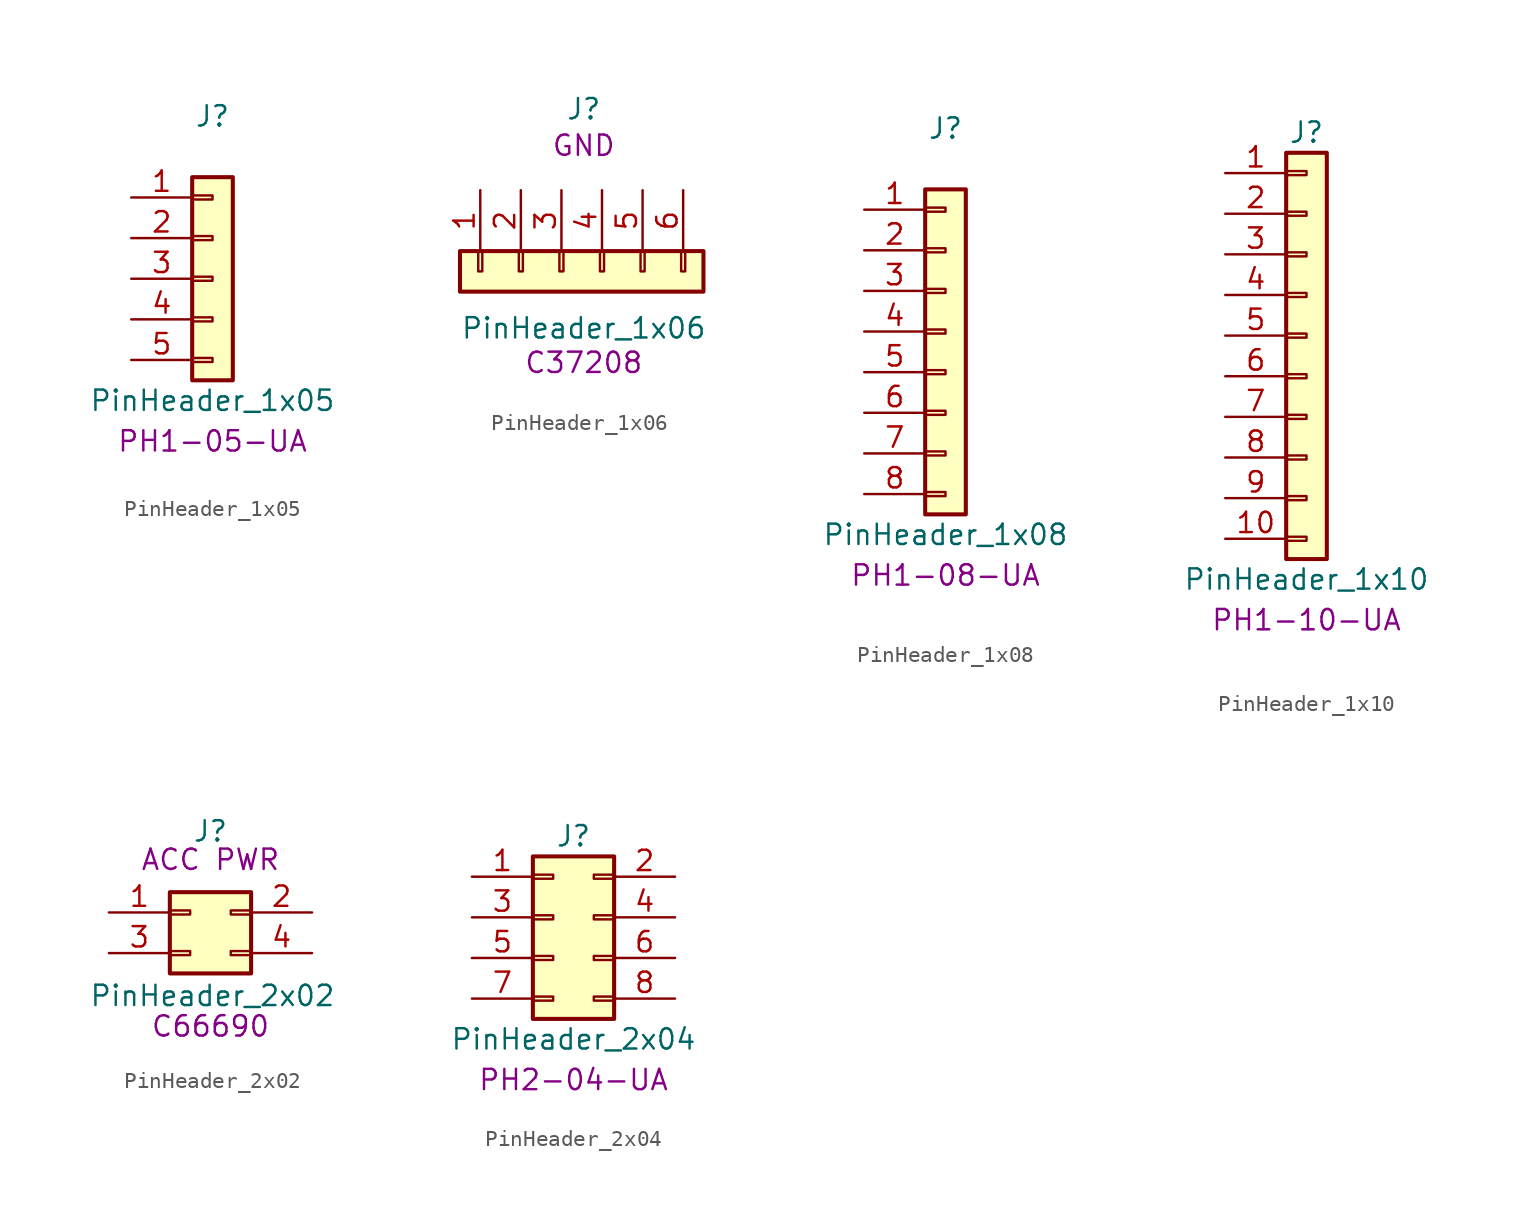
<source format=kicad_sym>
(kicad_symbol_lib
  (version 20220914)
  (generator kicad_symbol_editor)
  (symbol "PinHeader_1x05"
    (pin_names
      (offset 1.016) hide)
    (property "Reference" "J"
      (at 0 10.16 0)
      (effects (font (size 1.27 1.27))))
    (property "Value" "PinHeader_1x05"
      (at 0 -7.62 0)
      (effects (font (size 1.27 1.27))))
    (property "Manufacturer PN" "PH1-05-UA"
      (at 0 -10.16 0)
      (effects (font (size 1.27 1.27))))
    (property "Silkscreen" ""
      (at 0 0 0)
      (effects (font (size 1.27 1.27))))
    (symbol "PinHeader_1x05_1_1"
      (rectangle (start -1.27 -4.953) (end 0 -5.207) (stroke (width 0.152) (type default)) (fill (type none)))
      (rectangle (start -1.27 -2.413) (end 0 -2.667) (stroke (width 0.152) (type default)) (fill (type none)))
      (rectangle (start -1.27 0.127) (end 0 -0.127) (stroke (width 0.152) (type default)) (fill (type none)))
      (rectangle (start -1.27 2.667) (end 0 2.413) (stroke (width 0.152) (type default)) (fill (type none)))
      (rectangle (start -1.27 5.207) (end 0 4.953) (stroke (width 0.152) (type default)) (fill (type none)))
      (rectangle (start -1.27 6.35) (end 1.27 -6.35) (stroke (width 0.254) (type default)) (fill (type background)))
      (pin passive line (at -5.08 5.08 0) (length 3.81) (name "Pin_1" (effects (font (size 1.27 1.27)))) (number "1" (effects (font (size 1.27 1.27)))))
      (pin passive line (at -5.08 2.54 0) (length 3.81) (name "Pin_2" (effects (font (size 1.27 1.27)))) (number "2" (effects (font (size 1.27 1.27)))))
      (pin passive line (at -5.08 0 0) (length 3.81) (name "Pin_3" (effects (font (size 1.27 1.27)))) (number "3" (effects (font (size 1.27 1.27)))))
      (pin passive line (at -5.08 -2.54 0) (length 3.81) (name "Pin_4" (effects (font (size 1.27 1.27)))) (number "4" (effects (font (size 1.27 1.27)))))
      (pin passive line (at -5.08 -5.08 0) (length 3.81) (name "Pin_5" (effects (font (size 1.27 1.27)))) (number "5" (effects (font (size 1.27 1.27)))))))
  (symbol "PinHeader_1x06"
    (pin_names
      (offset 1.016) hide)
    (property "Reference" "J"
      (at 0 8.763 0)
      (effects (font (size 1.27 1.27))))
    (property "Value" "PinHeader_1x06"
      (at 0 -4.953 0)
      (effects (font (size 1.27 1.27))))
    (property "LCSC" "C37208"
      (at 0 -7.112 0)
      (effects (font (size 1.27 1.27))))
    (property "Silkscreen" "GND"
      (at 0 6.477 0)
      (effects (font (size 1.27 1.27))))
    (symbol "PinHeader_1x06_1_1"
      (rectangle (start -7.747 -0.127) (end 7.493 -2.667) (stroke (width 0.254) (type default)) (fill (type background)))
      (rectangle (start -6.35 -1.397) (end -6.604 -0.127) (stroke (width 0.152) (type default)) (fill (type none)))
      (rectangle (start -3.81 -1.397) (end -4.064 -0.127) (stroke (width 0.152) (type default)) (fill (type none)))
      (rectangle (start -1.27 -1.397) (end -1.524 -0.127) (stroke (width 0.152) (type default)) (fill (type none)))
      (rectangle (start 1.27 -1.397) (end 1.016 -0.127) (stroke (width 0.152) (type default)) (fill (type none)))
      (rectangle (start 3.81 -1.397) (end 3.556 -0.127) (stroke (width 0.152) (type default)) (fill (type none)))
      (rectangle (start 6.35 -1.397) (end 6.096 -0.127) (stroke (width 0.152) (type default)) (fill (type none)))
      (pin passive line (at -6.477 3.683 270) (length 3.81) (name "Pin_1" (effects (font (size 1.27 1.27)))) (number "1" (effects (font (size 1.27 1.27)))))
      (pin passive line (at -3.937 3.683 270) (length 3.81) (name "Pin_2" (effects (font (size 1.27 1.27)))) (number "2" (effects (font (size 1.27 1.27)))))
      (pin passive line (at -1.397 3.683 270) (length 3.81) (name "Pin_3" (effects (font (size 1.27 1.27)))) (number "3" (effects (font (size 1.27 1.27)))))
      (pin passive line (at 1.143 3.683 270) (length 3.81) (name "Pin_4" (effects (font (size 1.27 1.27)))) (number "4" (effects (font (size 1.27 1.27)))))
      (pin passive line (at 3.683 3.683 270) (length 3.81) (name "Pin_5" (effects (font (size 1.27 1.27)))) (number "5" (effects (font (size 1.27 1.27)))))
      (pin passive line (at 6.223 3.683 270) (length 3.81) (name "Pin_6" (effects (font (size 1.27 1.27)))) (number "6" (effects (font (size 1.27 1.27)))))))
  (symbol "PinHeader_1x08"
    (pin_names
      (offset 1.016) hide)
    (property "Reference" "J"
      (at 0 12.7 0)
      (effects (font (size 1.27 1.27))))
    (property "Value" "PinHeader_1x08"
      (at 0 -12.7 0)
      (effects (font (size 1.27 1.27))))
    (property "Manufacturer PN" "PH1-08-UA"
      (at 0 -15.24 0)
      (effects (font (size 1.27 1.27))))
    (property "Silkscreen" ""
      (at 0 0 0)
      (effects (font (size 1.27 1.27))))
    (symbol "PinHeader_1x08_1_1"
      (rectangle (start -1.27 -10.033) (end 0 -10.287) (stroke (width 0.152) (type default)) (fill (type none)))
      (rectangle (start -1.27 -7.493) (end 0 -7.747) (stroke (width 0.152) (type default)) (fill (type none)))
      (rectangle (start -1.27 -4.953) (end 0 -5.207) (stroke (width 0.152) (type default)) (fill (type none)))
      (rectangle (start -1.27 -2.413) (end 0 -2.667) (stroke (width 0.152) (type default)) (fill (type none)))
      (rectangle (start -1.27 0.127) (end 0 -0.127) (stroke (width 0.152) (type default)) (fill (type none)))
      (rectangle (start -1.27 2.667) (end 0 2.413) (stroke (width 0.152) (type default)) (fill (type none)))
      (rectangle (start -1.27 5.207) (end 0 4.953) (stroke (width 0.152) (type default)) (fill (type none)))
      (rectangle (start -1.27 7.747) (end 0 7.493) (stroke (width 0.152) (type default)) (fill (type none)))
      (rectangle (start -1.27 8.89) (end 1.27 -11.43) (stroke (width 0.254) (type default)) (fill (type background)))
      (pin passive line (at -5.08 7.62 0) (length 3.81) (name "Pin_1" (effects (font (size 1.27 1.27)))) (number "1" (effects (font (size 1.27 1.27)))))
      (pin passive line (at -5.08 5.08 0) (length 3.81) (name "Pin_2" (effects (font (size 1.27 1.27)))) (number "2" (effects (font (size 1.27 1.27)))))
      (pin passive line (at -5.08 2.54 0) (length 3.81) (name "Pin_3" (effects (font (size 1.27 1.27)))) (number "3" (effects (font (size 1.27 1.27)))))
      (pin passive line (at -5.08 0 0) (length 3.81) (name "Pin_4" (effects (font (size 1.27 1.27)))) (number "4" (effects (font (size 1.27 1.27)))))
      (pin passive line (at -5.08 -2.54 0) (length 3.81) (name "Pin_5" (effects (font (size 1.27 1.27)))) (number "5" (effects (font (size 1.27 1.27)))))
      (pin passive line (at -5.08 -5.08 0) (length 3.81) (name "Pin_6" (effects (font (size 1.27 1.27)))) (number "6" (effects (font (size 1.27 1.27)))))
      (pin passive line (at -5.08 -7.62 0) (length 3.81) (name "Pin_7" (effects (font (size 1.27 1.27)))) (number "7" (effects (font (size 1.27 1.27)))))
      (pin passive line (at -5.08 -10.16 0) (length 3.81) (name "Pin_8" (effects (font (size 1.27 1.27)))) (number "8" (effects (font (size 1.27 1.27)))))))
  (symbol "PinHeader_1x10"
    (pin_names
      (offset 1.016) hide)
    (property "Reference" "J"
      (at 0 12.7 0)
      (effects (font (size 1.27 1.27))))
    (property "Value" "PinHeader_1x10"
      (at 0 -15.24 0)
      (effects (font (size 1.27 1.27))))
    (property "Manufacturer PN" "PH1-10-UA"
      (at 0 -17.78 0)
      (effects (font (size 1.27 1.27))))
    (property "Silkscreen" ""
      (at 0 0 0)
      (effects (font (size 1.27 1.27))))
    (symbol "PinHeader_1x10_1_1"
      (rectangle (start -1.27 -12.573) (end 0 -12.827) (stroke (width 0.152) (type default)) (fill (type none)))
      (rectangle (start -1.27 -10.033) (end 0 -10.287) (stroke (width 0.152) (type default)) (fill (type none)))
      (rectangle (start -1.27 -7.493) (end 0 -7.747) (stroke (width 0.152) (type default)) (fill (type none)))
      (rectangle (start -1.27 -4.953) (end 0 -5.207) (stroke (width 0.152) (type default)) (fill (type none)))
      (rectangle (start -1.27 -2.413) (end 0 -2.667) (stroke (width 0.152) (type default)) (fill (type none)))
      (rectangle (start -1.27 0.127) (end 0 -0.127) (stroke (width 0.152) (type default)) (fill (type none)))
      (rectangle (start -1.27 2.667) (end 0 2.413) (stroke (width 0.152) (type default)) (fill (type none)))
      (rectangle (start -1.27 5.207) (end 0 4.953) (stroke (width 0.152) (type default)) (fill (type none)))
      (rectangle (start -1.27 7.747) (end 0 7.493) (stroke (width 0.152) (type default)) (fill (type none)))
      (rectangle (start -1.27 10.287) (end 0 10.033) (stroke (width 0.152) (type default)) (fill (type none)))
      (rectangle (start -1.27 11.43) (end 1.27 -13.97) (stroke (width 0.254) (type default)) (fill (type background)))
      (pin passive line (at -5.08 10.16 0) (length 3.81) (name "Pin_1" (effects (font (size 1.27 1.27)))) (number "1" (effects (font (size 1.27 1.27)))))
      (pin passive line (at -5.08 -12.7 0) (length 3.81) (name "Pin_10" (effects (font (size 1.27 1.27)))) (number "10" (effects (font (size 1.27 1.27)))))
      (pin passive line (at -5.08 7.62 0) (length 3.81) (name "Pin_2" (effects (font (size 1.27 1.27)))) (number "2" (effects (font (size 1.27 1.27)))))
      (pin passive line (at -5.08 5.08 0) (length 3.81) (name "Pin_3" (effects (font (size 1.27 1.27)))) (number "3" (effects (font (size 1.27 1.27)))))
      (pin passive line (at -5.08 2.54 0) (length 3.81) (name "Pin_4" (effects (font (size 1.27 1.27)))) (number "4" (effects (font (size 1.27 1.27)))))
      (pin passive line (at -5.08 0 0) (length 3.81) (name "Pin_5" (effects (font (size 1.27 1.27)))) (number "5" (effects (font (size 1.27 1.27)))))
      (pin passive line (at -5.08 -2.54 0) (length 3.81) (name "Pin_6" (effects (font (size 1.27 1.27)))) (number "6" (effects (font (size 1.27 1.27)))))
      (pin passive line (at -5.08 -5.08 0) (length 3.81) (name "Pin_7" (effects (font (size 1.27 1.27)))) (number "7" (effects (font (size 1.27 1.27)))))
      (pin passive line (at -5.08 -7.62 0) (length 3.81) (name "Pin_8" (effects (font (size 1.27 1.27)))) (number "8" (effects (font (size 1.27 1.27)))))
      (pin passive line (at -5.08 -10.16 0) (length 3.81) (name "Pin_9" (effects (font (size 1.27 1.27)))) (number "9" (effects (font (size 1.27 1.27)))))))
  (symbol "PinHeader_2x02"
    (pin_names
      (offset 1.016) hide)
    (property "Reference" "J"
      (at 1.27 5.08 0)
      (effects (font (size 1.27 1.27))))
    (property "Value" "PinHeader_2x02"
      (at 1.397 -5.207 0)
      (effects (font (size 1.27 1.27))))
    (property "LCSC" "C66690"
      (at 1.27 -7.112 0)
      (effects (font (size 1.27 1.27))))
    (property "Silkscreen" "ACC PWR"
      (at 1.27 3.302 0)
      (effects (font (size 1.27 1.27))))
    (symbol "PinHeader_2x02_1_1"
      (rectangle (start -1.27 -2.413) (end 0 -2.667) (stroke (width 0.152) (type default)) (fill (type none)))
      (rectangle (start -1.27 0.127) (end 0 -0.127) (stroke (width 0.152) (type default)) (fill (type none)))
      (rectangle (start -1.27 1.27) (end 3.81 -3.81) (stroke (width 0.254) (type default)) (fill (type background)))
      (rectangle (start 3.81 -2.413) (end 2.54 -2.667) (stroke (width 0.152) (type default)) (fill (type none)))
      (rectangle (start 3.81 0.127) (end 2.54 -0.127) (stroke (width 0.152) (type default)) (fill (type none)))
      (pin passive line (at -5.08 0 0) (length 3.81) (name "Pin_1" (effects (font (size 1.27 1.27)))) (number "1" (effects (font (size 1.27 1.27)))))
      (pin passive line (at 7.62 0 180) (length 3.81) (name "Pin_2" (effects (font (size 1.27 1.27)))) (number "2" (effects (font (size 1.27 1.27)))))
      (pin passive line (at -5.08 -2.54 0) (length 3.81) (name "Pin_3" (effects (font (size 1.27 1.27)))) (number "3" (effects (font (size 1.27 1.27)))))
      (pin passive line (at 7.62 -2.54 180) (length 3.81) (name "Pin_4" (effects (font (size 1.27 1.27)))) (number "4" (effects (font (size 1.27 1.27)))))))
  (symbol "PinHeader_2x04"
    (pin_names
      (offset 1.016) hide)
    (property "Reference" "J"
      (at 1.27 5.08 0)
      (effects (font (size 1.27 1.27))))
    (property "Value" "PinHeader_2x04"
      (at 1.27 -7.62 0)
      (effects (font (size 1.27 1.27))))
    (property "LCSC" ""
      (at 0 0 0)
      (effects (font (size 1.27 1.27))))
    (property "Manufacturer PN" "PH2-04-UA"
      (at 1.27 -10.16 0)
      (effects (font (size 1.27 1.27))))
    (property "Silkscreen" ""
      (at 0 0 0)
      (effects (font (size 1.27 1.27))))
    (symbol "PinHeader_2x04_1_1"
      (rectangle (start -1.27 -4.953) (end 0 -5.207) (stroke (width 0.152) (type default)) (fill (type none)))
      (rectangle (start -1.27 -2.413) (end 0 -2.667) (stroke (width 0.152) (type default)) (fill (type none)))
      (rectangle (start -1.27 0.127) (end 0 -0.127) (stroke (width 0.152) (type default)) (fill (type none)))
      (rectangle (start -1.27 2.667) (end 0 2.413) (stroke (width 0.152) (type default)) (fill (type none)))
      (rectangle (start -1.27 3.81) (end 3.81 -6.35) (stroke (width 0.254) (type default)) (fill (type background)))
      (rectangle (start 3.81 -4.953) (end 2.54 -5.207) (stroke (width 0.152) (type default)) (fill (type none)))
      (rectangle (start 3.81 -2.413) (end 2.54 -2.667) (stroke (width 0.152) (type default)) (fill (type none)))
      (rectangle (start 3.81 0.127) (end 2.54 -0.127) (stroke (width 0.152) (type default)) (fill (type none)))
      (rectangle (start 3.81 2.667) (end 2.54 2.413) (stroke (width 0.152) (type default)) (fill (type none)))
      (pin passive line (at -5.08 2.54 0) (length 3.81) (name "Pin_1" (effects (font (size 1.27 1.27)))) (number "1" (effects (font (size 1.27 1.27)))))
      (pin passive line (at 7.62 2.54 180) (length 3.81) (name "Pin_2" (effects (font (size 1.27 1.27)))) (number "2" (effects (font (size 1.27 1.27)))))
      (pin passive line (at -5.08 0 0) (length 3.81) (name "Pin_3" (effects (font (size 1.27 1.27)))) (number "3" (effects (font (size 1.27 1.27)))))
      (pin passive line (at 7.62 0 180) (length 3.81) (name "Pin_4" (effects (font (size 1.27 1.27)))) (number "4" (effects (font (size 1.27 1.27)))))
      (pin passive line (at -5.08 -2.54 0) (length 3.81) (name "Pin_5" (effects (font (size 1.27 1.27)))) (number "5" (effects (font (size 1.27 1.27)))))
      (pin passive line (at 7.62 -2.54 180) (length 3.81) (name "Pin_6" (effects (font (size 1.27 1.27)))) (number "6" (effects (font (size 1.27 1.27)))))
      (pin passive line (at -5.08 -5.08 0) (length 3.81) (name "Pin_7" (effects (font (size 1.27 1.27)))) (number "7" (effects (font (size 1.27 1.27)))))
      (pin passive line (at 7.62 -5.08 180) (length 3.81) (name "Pin_8" (effects (font (size 1.27 1.27)))) (number "8" (effects (font (size 1.27 1.27))))))))
</source>
